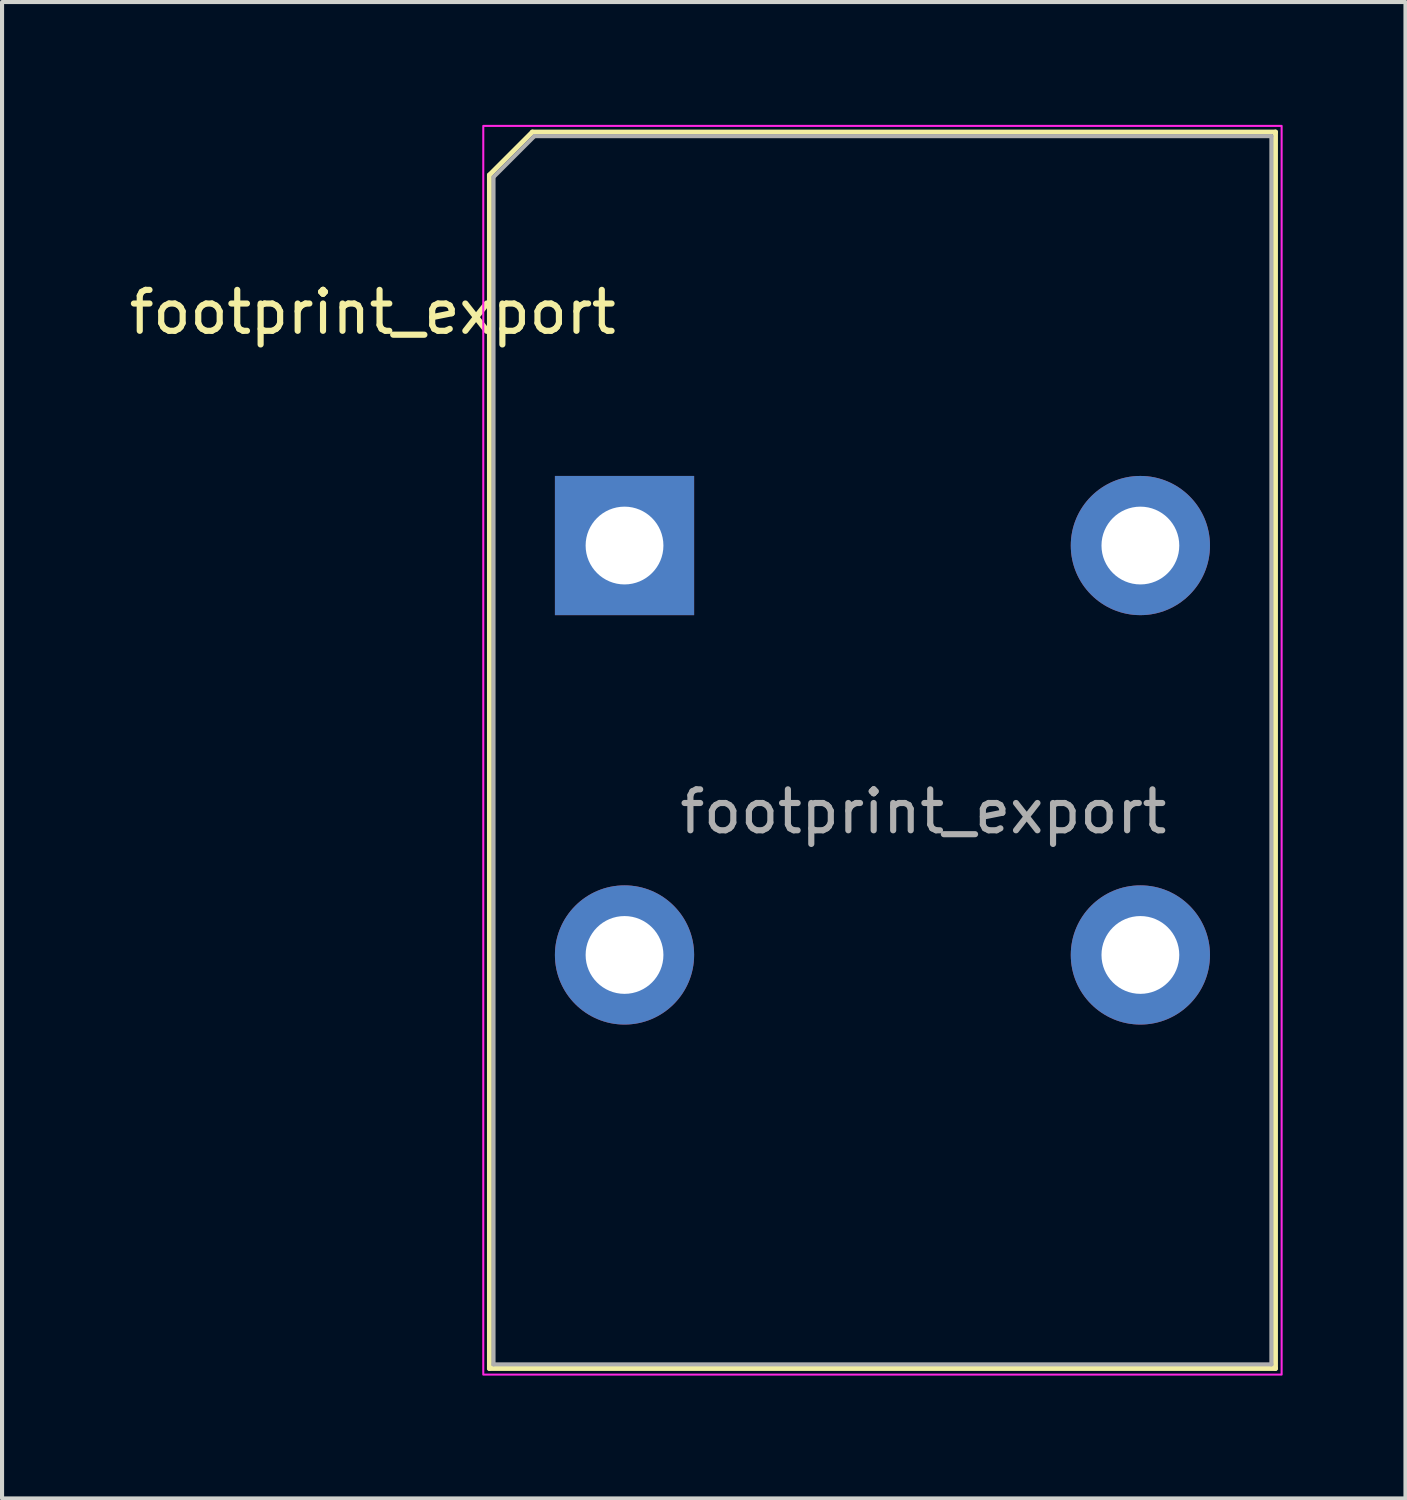
<source format=kicad_pcb>
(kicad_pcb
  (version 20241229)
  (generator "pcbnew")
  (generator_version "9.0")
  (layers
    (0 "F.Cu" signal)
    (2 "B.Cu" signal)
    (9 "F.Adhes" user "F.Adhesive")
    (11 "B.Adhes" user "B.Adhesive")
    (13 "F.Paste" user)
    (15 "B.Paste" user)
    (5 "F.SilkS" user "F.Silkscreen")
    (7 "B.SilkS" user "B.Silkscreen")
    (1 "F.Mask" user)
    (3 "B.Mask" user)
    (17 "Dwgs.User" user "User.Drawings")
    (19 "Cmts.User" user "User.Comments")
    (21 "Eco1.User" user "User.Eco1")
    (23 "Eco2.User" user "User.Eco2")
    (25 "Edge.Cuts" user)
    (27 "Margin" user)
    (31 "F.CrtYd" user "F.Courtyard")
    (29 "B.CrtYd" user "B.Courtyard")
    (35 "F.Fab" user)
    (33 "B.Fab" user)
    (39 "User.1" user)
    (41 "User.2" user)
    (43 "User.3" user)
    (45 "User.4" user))
  (footprint "footprint_export"
    (layer "F.Cu")
    (at 12.204 10.275)
    (property "Reference" "footprint_export" (at -6.15 -5.7 0) (unlocked yes) (layer "F.SilkS") (effects (font (size 1 1) (thickness 0.15))))
    (attr through_hole)
    (fp_line (start -3.3 -9.05) (end -3.3 20.1) (stroke (width 0.12) (type solid)) (layer "F.SilkS"))
    (fp_line (start -3.3 20.1) (end 15.9 20.1) (stroke (width 0.12) (type solid)) (layer "F.SilkS"))
    (fp_line (start -2.25 -10.1) (end -3.3 -9.05) (stroke (width 0.12) (type solid)) (layer "F.SilkS"))
    (fp_line (start 15.9 -10.1) (end -2.25 -10.1) (stroke (width 0.12) (type solid)) (layer "F.SilkS"))
    (fp_line (start 15.9 20.1) (end 15.9 -10.1) (stroke (width 0.12) (type solid)) (layer "F.SilkS"))
    (fp_rect (start -3.45 -10.25) (end 16.05 20.25) (stroke (width 0.05) (type solid)) (fill no) (layer "F.CrtYd"))
    (fp_line (start -3.2 -9) (end -2.2 -10) (stroke (width 0.1) (type solid)) (layer "F.Fab"))
    (fp_line (start -3.2 20) (end -3.2 -9) (stroke (width 0.1) (type solid)) (layer "F.Fab"))
    (fp_line (start -2.2 -10) (end 15.8 -10) (stroke (width 0.1) (type solid)) (layer "F.Fab"))
    (fp_line (start 15.8 -10) (end 15.8 20) (stroke (width 0.1) (type solid)) (layer "F.Fab"))
    (fp_line (start 15.8 20) (end -3.2 20) (stroke (width 0.1) (type solid)) (layer "F.Fab"))
    (fp_text user "${REFERENCE}" (at 7.3 6.5 0) (unlocked yes) (layer "F.Fab") (effects (font (size 1 1) (thickness 0.15))))
    (pad "1" thru_hole rect (at 0 0) (size 3.4 3.4) (drill 1.9) (layers "*.Cu" "*.Mask"))
    (pad "2" thru_hole circle (at 0 10) (size 3.4 3.4) (drill 1.9) (layers "*.Cu" "*.Mask"))
    (pad "3" thru_hole circle (at 12.6 10) (size 3.4 3.4) (drill 1.9) (layers "*.Cu" "*.Mask"))
    (pad "4" thru_hole circle (at 12.6 0) (size 3.4 3.4) (drill 1.9) (layers "*.Cu" "*.Mask")))
  (gr_rect
    (start -3 -3)
    (end 31.279 33.55)
    (stroke (width 0.1) (type default))
    (fill no)
    (layer "Edge.Cuts")))
</source>
